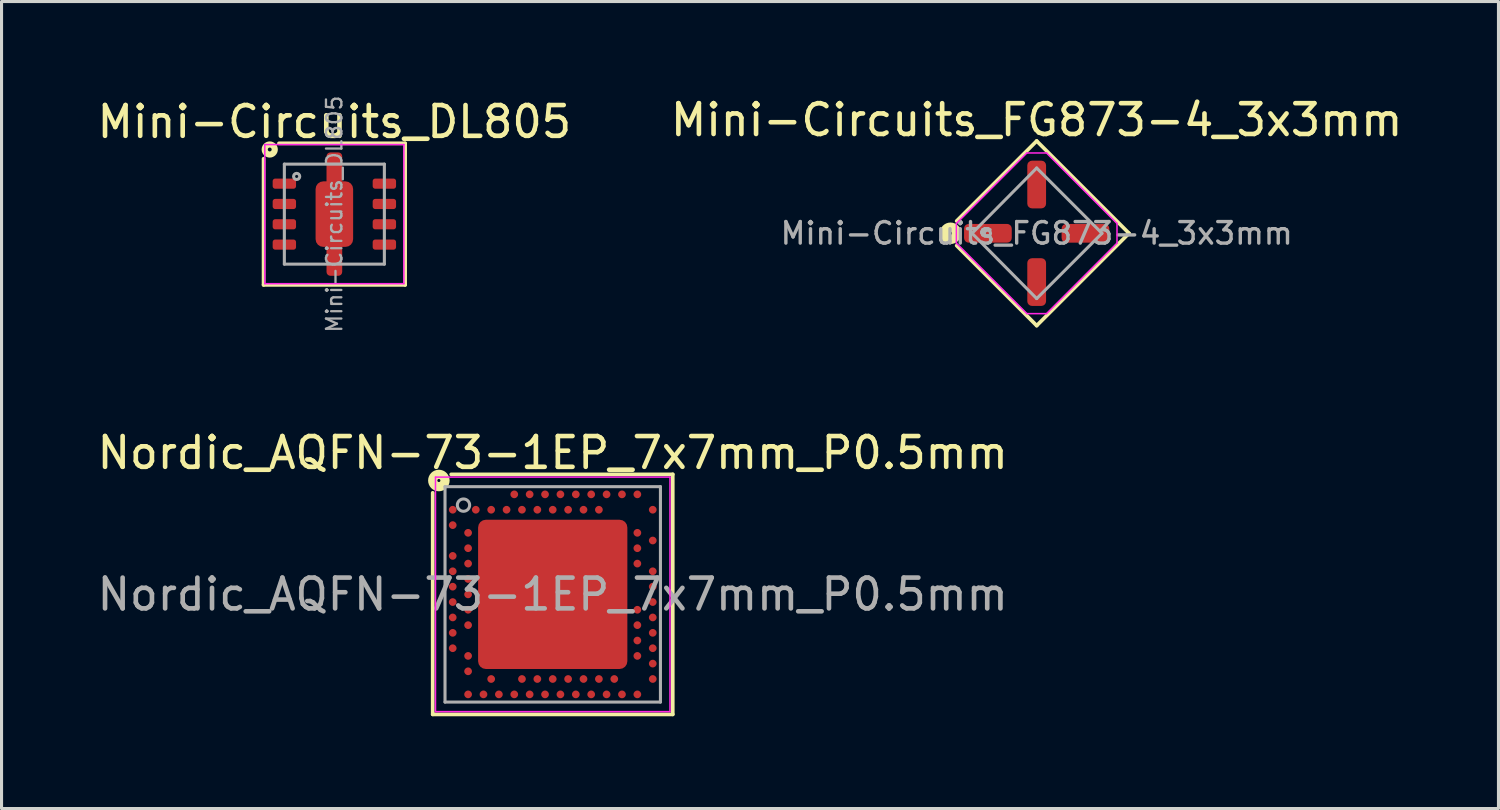
<source format=kicad_pcb>
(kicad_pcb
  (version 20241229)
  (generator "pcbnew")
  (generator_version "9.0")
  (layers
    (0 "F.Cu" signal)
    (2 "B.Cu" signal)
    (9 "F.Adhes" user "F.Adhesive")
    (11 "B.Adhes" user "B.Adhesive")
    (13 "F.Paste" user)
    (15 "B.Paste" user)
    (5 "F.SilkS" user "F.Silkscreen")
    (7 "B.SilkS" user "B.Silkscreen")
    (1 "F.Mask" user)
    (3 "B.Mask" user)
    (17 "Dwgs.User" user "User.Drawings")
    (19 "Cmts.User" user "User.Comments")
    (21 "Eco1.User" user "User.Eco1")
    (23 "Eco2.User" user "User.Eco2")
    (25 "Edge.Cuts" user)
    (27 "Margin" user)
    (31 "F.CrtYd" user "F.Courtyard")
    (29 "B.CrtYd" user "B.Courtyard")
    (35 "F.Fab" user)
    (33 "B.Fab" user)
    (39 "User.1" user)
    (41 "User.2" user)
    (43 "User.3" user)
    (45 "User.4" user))
  (footprint "Nordic_AQFN-73-1EP_7x7mm_P0.5mm"
    (layer "F.Cu")
    (at 14.911 16.264)
    (property "Reference" "Nordic_AQFN-73-1EP_7x7mm_P0.5mm" (at 0 -4.6 0) (layer "F.SilkS") (effects (font (size 1 1) (thickness 0.15))))
    (attr smd)
    (fp_line (start -3.9 3.9) (end -3.9 -3.3) (stroke (width 0.12) (type solid)) (layer "F.SilkS"))
    (fp_line (start -3.3 -3.9) (end 3.9 -3.9) (stroke (width 0.12) (type solid)) (layer "F.SilkS"))
    (fp_line (start 3.9 -3.9) (end 3.9 3.9) (stroke (width 0.12) (type solid)) (layer "F.SilkS"))
    (fp_line (start 3.9 3.9) (end -3.9 3.9) (stroke (width 0.12) (type solid)) (layer "F.SilkS"))
    (fp_circle (center -3.7 -3.7) (end -3.65 -3.7) (stroke (width 0.3) (type solid)) (fill no) (layer "F.SilkS"))
    (fp_line (start -3.81 -3.81) (end 3.81 -3.81) (stroke (width 0.05) (type solid)) (layer "F.CrtYd"))
    (fp_line (start -3.81 3.81) (end -3.81 -3.81) (stroke (width 0.05) (type solid)) (layer "F.CrtYd"))
    (fp_line (start 3.81 -3.81) (end 3.81 3.81) (stroke (width 0.05) (type solid)) (layer "F.CrtYd"))
    (fp_line (start 3.81 3.81) (end -3.81 3.81) (stroke (width 0.05) (type solid)) (layer "F.CrtYd"))
    (fp_line (start -3.5 -3.5) (end -3.5 3.5) (stroke (width 0.1) (type solid)) (layer "F.Fab"))
    (fp_line (start -3.5 -3.5) (end 3.5 -3.5) (stroke (width 0.1) (type solid)) (layer "F.Fab"))
    (fp_line (start -3.5 3.5) (end 3.5 3.5) (stroke (width 0.1) (type solid)) (layer "F.Fab"))
    (fp_line (start 3.5 -3.5) (end 3.5 3.5) (stroke (width 0.1) (type solid)) (layer "F.Fab"))
    (fp_circle (center -2.9 -2.9) (end -2.7 -2.9) (stroke (width 0.1) (type solid)) (fill no) (layer "F.Fab"))
    (fp_text user "${REFERENCE}" (at 0 0 0) (layer "F.Fab") (effects (font (size 1 1) (thickness 0.15))))
    (pad "" smd roundrect (at -1.212 -1.212 180) (size 2 2) (layers "F.Paste") (roundrect_rratio 0.125))
    (pad "" smd roundrect (at -1.212 1.212 180) (size 2 2) (layers "F.Paste") (roundrect_rratio 0.125))
    (pad "" smd roundrect (at 1.212 -1.212 180) (size 2 2) (layers "F.Paste") (roundrect_rratio 0.125))
    (pad "" smd roundrect (at 1.212 1.212 180) (size 2 2) (layers "F.Paste") (roundrect_rratio 0.125))
    (pad "A8" smd circle (at -1.25 -3.25 180) (size 0.25 0.25) (layers "F.Cu" "F.Mask" "F.Paste"))
    (pad "A10" smd circle (at -0.75 -3.25 180) (size 0.25 0.25) (layers "F.Cu" "F.Mask" "F.Paste"))
    (pad "A12" smd circle (at -0.25 -3.25 180) (size 0.25 0.25) (layers "F.Cu" "F.Mask" "F.Paste"))
    (pad "A14" smd circle (at 0.25 -3.25 180) (size 0.25 0.25) (layers "F.Cu" "F.Mask" "F.Paste"))
    (pad "A16" smd circle (at 0.75 -3.25 180) (size 0.25 0.25) (layers "F.Cu" "F.Mask" "F.Paste"))
    (pad "A18" smd circle (at 1.25 -3.25 180) (size 0.25 0.25) (layers "F.Cu" "F.Mask" "F.Paste"))
    (pad "A20" smd circle (at 1.75 -3.25 180) (size 0.25 0.25) (layers "F.Cu" "F.Mask" "F.Paste"))
    (pad "A22" smd circle (at 2.25 -3.25 180) (size 0.25 0.25) (layers "F.Cu" "F.Mask" "F.Paste"))
    (pad "A23" smd circle (at 2.75 -3.25 180) (size 0.25 0.25) (layers "F.Cu" "F.Mask" "F.Paste"))
    (pad "AA24" smd circle (at 3.25 2.25 180) (size 0.25 0.25) (layers "F.Cu" "F.Mask" "F.Paste"))
    (pad "AB2" smd circle (at -2.75 2.5 180) (size 0.25 0.25) (layers "F.Cu" "F.Mask" "F.Paste"))
    (pad "AC5" smd circle (at -2 2.75 180) (size 0.25 0.25) (layers "F.Cu" "F.Mask" "F.Paste"))
    (pad "AC9" smd circle (at -1 2.75 180) (size 0.25 0.25) (layers "F.Cu" "F.Mask" "F.Paste"))
    (pad "AC11" smd circle (at -0.5 2.75 180) (size 0.25 0.25) (layers "F.Cu" "F.Mask" "F.Paste"))
    (pad "AC13" smd circle (at 0 2.75 180) (size 0.25 0.25) (layers "F.Cu" "F.Mask" "F.Paste"))
    (pad "AC15" smd circle (at 0.5 2.75 180) (size 0.25 0.25) (layers "F.Cu" "F.Mask" "F.Paste"))
    (pad "AC17" smd circle (at 1 2.75 180) (size 0.25 0.25) (layers "F.Cu" "F.Mask" "F.Paste"))
    (pad "AC19" smd circle (at 1.5 2.75 180) (size 0.25 0.25) (layers "F.Cu" "F.Mask" "F.Paste"))
    (pad "AC21" smd circle (at 2 2.75 180) (size 0.25 0.25) (layers "F.Cu" "F.Mask" "F.Paste"))
    (pad "AC24" smd circle (at 3.25 2.75 180) (size 0.25 0.25) (layers "F.Cu" "F.Mask" "F.Paste"))
    (pad "AD2" smd circle (at -2.75 3.25 180) (size 0.25 0.25) (layers "F.Cu" "F.Mask" "F.Paste"))
    (pad "AD4" smd circle (at -2.25 3.25 180) (size 0.25 0.25) (layers "F.Cu" "F.Mask" "F.Paste"))
    (pad "AD6" smd circle (at -1.75 3.25 180) (size 0.25 0.25) (layers "F.Cu" "F.Mask" "F.Paste"))
    (pad "AD8" smd circle (at -1.25 3.25 180) (size 0.25 0.25) (layers "F.Cu" "F.Mask" "F.Paste"))
    (pad "AD10" smd circle (at -0.75 3.25 180) (size 0.25 0.25) (layers "F.Cu" "F.Mask" "F.Paste"))
    (pad "AD12" smd circle (at -0.25 3.25 180) (size 0.25 0.25) (layers "F.Cu" "F.Mask" "F.Paste"))
    (pad "AD14" smd circle (at 0.25 3.25 180) (size 0.25 0.25) (layers "F.Cu" "F.Mask" "F.Paste"))
    (pad "AD16" smd circle (at 0.75 3.25 180) (size 0.25 0.25) (layers "F.Cu" "F.Mask" "F.Paste"))
    (pad "AD18" smd circle (at 1.25 3.25 180) (size 0.25 0.25) (layers "F.Cu" "F.Mask" "F.Paste"))
    (pad "AD20" smd circle (at 1.75 3.25 180) (size 0.25 0.25) (layers "F.Cu" "F.Mask" "F.Paste"))
    (pad "AD22" smd circle (at 2.25 3.25 180) (size 0.25 0.25) (layers "F.Cu" "F.Mask" "F.Paste"))
    (pad "AD23" smd circle (at 2.75 3.25 180) (size 0.25 0.25) (layers "F.Cu" "F.Mask" "F.Paste"))
    (pad "B1" smd circle (at -3.25 -2.75 180) (size 0.25 0.25) (layers "F.Cu" "F.Mask" "F.Paste"))
    (pad "B3" smd circle (at -2.5 -2.75 180) (size 0.25 0.25) (layers "F.Cu" "F.Mask" "F.Paste"))
    (pad "B5" smd circle (at -2 -2.75 180) (size 0.25 0.25) (layers "F.Cu" "F.Mask" "F.Paste"))
    (pad "B7" smd circle (at -1.5 -2.75 180) (size 0.25 0.25) (layers "F.Cu" "F.Mask" "F.Paste"))
    (pad "B9" smd circle (at -1 -2.75 180) (size 0.25 0.25) (layers "F.Cu" "F.Mask" "F.Paste"))
    (pad "B11" smd circle (at -0.5 -2.75 180) (size 0.25 0.25) (layers "F.Cu" "F.Mask" "F.Paste"))
    (pad "B13" smd circle (at 0 -2.75 180) (size 0.25 0.25) (layers "F.Cu" "F.Mask" "F.Paste"))
    (pad "B15" smd circle (at 0.5 -2.75 180) (size 0.25 0.25) (layers "F.Cu" "F.Mask" "F.Paste"))
    (pad "B17" smd circle (at 1 -2.75 180) (size 0.25 0.25) (layers "F.Cu" "F.Mask" "F.Paste"))
    (pad "B19" smd circle (at 1.5 -2.75 180) (size 0.25 0.25) (layers "F.Cu" "F.Mask" "F.Paste"))
    (pad "B24" smd circle (at 3.25 -2.75 180) (size 0.25 0.25) (layers "F.Cu" "F.Mask" "F.Paste"))
    (pad "C1" smd circle (at -3.25 -2.25 180) (size 0.25 0.25) (layers "F.Cu" "F.Mask" "F.Paste"))
    (pad "D2" smd circle (at -2.75 -2 180) (size 0.25 0.25) (layers "F.Cu" "F.Mask" "F.Paste"))
    (pad "D23" smd circle (at 2.75 -2 180) (size 0.25 0.25) (layers "F.Cu" "F.Mask" "F.Paste"))
    (pad "E24" smd circle (at 3.25 -1.75 180) (size 0.25 0.25) (layers "F.Cu" "F.Mask" "F.Paste"))
    (pad "EP" smd roundrect (at 0 0 180) (size 4.85 4.85) (layers "F.Cu" "F.Mask") (roundrect_rratio 0.052))
    (pad "F2" smd circle (at -2.75 -1.5 180) (size 0.25 0.25) (layers "F.Cu" "F.Mask" "F.Paste"))
    (pad "F23" smd circle (at 2.75 -1.5 180) (size 0.25 0.25) (layers "F.Cu" "F.Mask" "F.Paste"))
    (pad "G1" smd circle (at -3.25 -1.25 180) (size 0.25 0.25) (layers "F.Cu" "F.Mask" "F.Paste"))
    (pad "H2" smd circle (at -2.75 -1 180) (size 0.25 0.25) (layers "F.Cu" "F.Mask" "F.Paste"))
    (pad "H23" smd circle (at 2.75 -1 180) (size 0.25 0.25) (layers "F.Cu" "F.Mask" "F.Paste"))
    (pad "J1" smd circle (at -3.25 -0.75 180) (size 0.25 0.25) (layers "F.Cu" "F.Mask" "F.Paste"))
    (pad "J24" smd circle (at 3.25 -0.75 180) (size 0.25 0.25) (layers "F.Cu" "F.Mask" "F.Paste"))
    (pad "K2" smd circle (at -2.75 -0.5 180) (size 0.25 0.25) (layers "F.Cu" "F.Mask" "F.Paste"))
    (pad "L1" smd circle (at -3.25 -0.25 180) (size 0.25 0.25) (layers "F.Cu" "F.Mask" "F.Paste"))
    (pad "L24" smd circle (at 3.25 -0.25 180) (size 0.25 0.25) (layers "F.Cu" "F.Mask" "F.Paste"))
    (pad "M2" smd circle (at -2.75 0 180) (size 0.25 0.25) (layers "F.Cu" "F.Mask" "F.Paste"))
    (pad "N1" smd circle (at -3.25 0.25 180) (size 0.25 0.25) (layers "F.Cu" "F.Mask" "F.Paste"))
    (pad "N24" smd circle (at 3.25 0.25 180) (size 0.25 0.25) (layers "F.Cu" "F.Mask" "F.Paste"))
    (pad "P2" smd circle (at -2.75 0.5 180) (size 0.25 0.25) (layers "F.Cu" "F.Mask" "F.Paste"))
    (pad "P23" smd circle (at 2.75 0.5 180) (size 0.25 0.25) (layers "F.Cu" "F.Mask" "F.Paste"))
    (pad "R1" smd circle (at -3.25 0.75 180) (size 0.25 0.25) (layers "F.Cu" "F.Mask" "F.Paste"))
    (pad "R24" smd circle (at 3.25 0.75 180) (size 0.25 0.25) (layers "F.Cu" "F.Mask" "F.Paste"))
    (pad "T2" smd circle (at -2.75 1 180) (size 0.25 0.25) (layers "F.Cu" "F.Mask" "F.Paste"))
    (pad "T23" smd circle (at 2.75 1 180) (size 0.25 0.25) (layers "F.Cu" "F.Mask" "F.Paste"))
    (pad "U1" smd circle (at -3.25 1.25 180) (size 0.25 0.25) (layers "F.Cu" "F.Mask" "F.Paste"))
    (pad "U24" smd circle (at 3.25 1.25 180) (size 0.25 0.25) (layers "F.Cu" "F.Mask" "F.Paste"))
    (pad "V23" smd circle (at 2.75 1.5 180) (size 0.25 0.25) (layers "F.Cu" "F.Mask" "F.Paste"))
    (pad "W1" smd circle (at -3.25 1.75 180) (size 0.25 0.25) (layers "F.Cu" "F.Mask" "F.Paste"))
    (pad "W24" smd circle (at 3.25 1.75 180) (size 0.25 0.25) (layers "F.Cu" "F.Mask" "F.Paste"))
    (pad "Y2" smd circle (at -2.75 2 180) (size 0.25 0.25) (layers "F.Cu" "F.Mask" "F.Paste"))
    (pad "Y23" smd circle (at 2.75 2 180) (size 0.25 0.25) (layers "F.Cu" "F.Mask" "F.Paste")))
  (footprint "Mini-Circuits_DL805"
    (layer "F.Cu")
    (at 7.815 3.908)
    (property "Reference" "Mini-Circuits_DL805" (at 0 -3 0) (layer "F.SilkS") (effects (font (size 1 1) (thickness 0.15))))
    (attr smd)
    (fp_line (start -2.3 2.3) (end -2.3 -1.8) (stroke (width 0.12) (type solid)) (layer "F.SilkS"))
    (fp_line (start -1.8 -2.3) (end 2.3 -2.3) (stroke (width 0.12) (type solid)) (layer "F.SilkS"))
    (fp_line (start 2.3 -2.3) (end 2.3 2.3) (stroke (width 0.12) (type solid)) (layer "F.SilkS"))
    (fp_line (start 2.3 2.3) (end -2.3 2.3) (stroke (width 0.12) (type solid)) (layer "F.SilkS"))
    (fp_circle (center -2.1 -2.1) (end -2.037 -2.1) (stroke (width 0.2) (type solid)) (fill no) (layer "F.SilkS"))
    (fp_line (start -2.26 -2.26) (end -2.26 2.26) (stroke (width 0.05) (type solid)) (layer "F.CrtYd"))
    (fp_line (start -2.26 2.26) (end 2.26 2.26) (stroke (width 0.05) (type solid)) (layer "F.CrtYd"))
    (fp_line (start 2.26 -2.26) (end -2.26 -2.26) (stroke (width 0.05) (type solid)) (layer "F.CrtYd"))
    (fp_line (start 2.26 2.26) (end 2.26 -2.26) (stroke (width 0.05) (type solid)) (layer "F.CrtYd"))
    (fp_line (start -1.625 -1.625) (end 1.625 -1.625) (stroke (width 0.1) (type solid)) (layer "F.Fab"))
    (fp_line (start -1.625 1.625) (end -1.625 -1.625) (stroke (width 0.1) (type solid)) (layer "F.Fab"))
    (fp_line (start 1.625 -1.625) (end 1.625 1.625) (stroke (width 0.1) (type solid)) (layer "F.Fab"))
    (fp_line (start 1.625 1.625) (end -1.625 1.625) (stroke (width 0.1) (type solid)) (layer "F.Fab"))
    (fp_circle (center -1.225 -1.225) (end -1.125 -1.225) (stroke (width 0.1) (type solid)) (fill no) (layer "F.Fab"))
    (fp_text user "${REFERENCE}" (at 0 0 270) (layer "F.Fab") (effects (font (size 0.5 0.5) (thickness 0.075))))
    (pad "" smd roundrect (at 0 -1.6 270) (size 0.7 0.3) (layers "F.Paste") (roundrect_rratio 0.25))
    (pad "" smd roundrect (at 0 -0.55 270) (size 0.8 0.9) (layers "F.Paste") (roundrect_rratio 0.25))
    (pad "" smd roundrect (at 0 0.55 270) (size 0.8 0.9) (layers "F.Paste") (roundrect_rratio 0.25))
    (pad "" smd roundrect (at 0 1.6 270) (size 0.7 0.3) (layers "F.Paste") (roundrect_rratio 0.25))
    (pad "1" smd roundrect (at -1.625 -0.99 270) (size 0.33 0.76) (layers "F.Cu" "F.Mask" "F.Paste") (roundrect_rratio 0.25))
    (pad "2" smd roundrect (at -1.625 -0.33 270) (size 0.33 0.76) (layers "F.Cu" "F.Mask" "F.Paste") (roundrect_rratio 0.25))
    (pad "3" smd roundrect (at -1.625 0.33 270) (size 0.33 0.76) (layers "F.Cu" "F.Mask" "F.Paste") (roundrect_rratio 0.25))
    (pad "4" smd roundrect (at -1.625 0.99 270) (size 0.33 0.76) (layers "F.Cu" "F.Mask" "F.Paste") (roundrect_rratio 0.25))
    (pad "5" smd roundrect (at 1.625 0.99 270) (size 0.33 0.76) (layers "F.Cu" "F.Mask" "F.Paste") (roundrect_rratio 0.25))
    (pad "6" smd roundrect (at 1.625 0.33 270) (size 0.33 0.76) (layers "F.Cu" "F.Mask" "F.Paste") (roundrect_rratio 0.25))
    (pad "7" smd roundrect (at 1.625 -0.33 270) (size 0.33 0.76) (layers "F.Cu" "F.Mask" "F.Paste") (roundrect_rratio 0.25))
    (pad "8" smd roundrect (at 1.625 -0.99 270) (size 0.33 0.76) (layers "F.Cu" "F.Mask" "F.Paste") (roundrect_rratio 0.25))
    (pad "9" smd roundrect (at 0 -1.403 270) (size 1.205 0.51) (layers "F.Cu" "F.Mask") (roundrect_rratio 0.25))
    (pad "9" smd roundrect (at 0 0 270) (size 2.13 1.22) (layers "F.Cu" "F.Mask") (roundrect_rratio 0.205))
    (pad "9" smd roundrect (at 0 1.452 270) (size 1.105 0.51) (layers "F.Cu" "F.Mask") (roundrect_rratio 0.25)))
  (footprint "Mini-Circuits_FG873-4_3x3mm"
    (layer "F.Cu")
    (at 30.637 4.531)
    (property "Reference" "Mini-Circuits_FG873-4_3x3mm" (at 0 -3.683 0) (layer "F.SilkS") (effects (font (size 1 1) (thickness 0.15))))
    (attr smd)
    (fp_line (start -2.6 0.4) (end 0 3) (stroke (width 0.12) (type solid)) (layer "F.SilkS"))
    (fp_line (start 0 -3) (end -2.6 -0.4) (stroke (width 0.12) (type solid)) (layer "F.SilkS"))
    (fp_line (start 0 3) (end 3 0) (stroke (width 0.12) (type solid)) (layer "F.SilkS"))
    (fp_line (start 3 0) (end 0 -3) (stroke (width 0.12) (type solid)) (layer "F.SilkS"))
    (fp_circle (center -2.8 0) (end -2.75 0) (stroke (width 0.3) (type solid)) (fill no) (layer "F.SilkS"))
    (fp_line (start -2.61 -0.32) (end -2.61 0.32) (stroke (width 0.05) (type solid)) (layer "F.CrtYd"))
    (fp_line (start -2.61 -0.32) (end -0.32 -2.61) (stroke (width 0.05) (type solid)) (layer "F.CrtYd"))
    (fp_line (start -2.61 0.32) (end -0.32 2.61) (stroke (width 0.05) (type solid)) (layer "F.CrtYd"))
    (fp_line (start 0.32 -2.61) (end -0.32 -2.61) (stroke (width 0.05) (type solid)) (layer "F.CrtYd"))
    (fp_line (start 0.32 2.61) (end -0.32 2.61) (stroke (width 0.05) (type solid)) (layer "F.CrtYd"))
    (fp_line (start 2.61 -0.32) (end 0.32 -2.61) (stroke (width 0.05) (type solid)) (layer "F.CrtYd"))
    (fp_line (start 2.61 -0.32) (end 2.61 0.32) (stroke (width 0.05) (type solid)) (layer "F.CrtYd"))
    (fp_line (start 2.61 0.32) (end 0.32 2.61) (stroke (width 0.05) (type solid)) (layer "F.CrtYd"))
    (fp_line (start -2.1 0) (end 0 -2.121) (stroke (width 0.1) (type solid)) (layer "F.Fab"))
    (fp_line (start -2.1 0) (end 0 2.121) (stroke (width 0.1) (type solid)) (layer "F.Fab"))
    (fp_line (start 2.121 0) (end 0 -2.121) (stroke (width 0.1) (type solid)) (layer "F.Fab"))
    (fp_line (start 2.121 0) (end 0 2.121) (stroke (width 0.1) (type solid)) (layer "F.Fab"))
    (fp_circle (center -1.6 0) (end -1.5 0) (stroke (width 0.1) (type solid)) (fill no) (layer "F.Fab"))
    (fp_text user "${REFERENCE}" (at 0 0 0) (layer "F.Fab") (effects (font (size 0.7 0.7) (thickness 0.11))))
    (pad "1" smd roundrect (at -1.585 0) (size 1.55 0.61) (layers "F.Cu" "F.Mask" "F.Paste") (roundrect_rratio 0.25))
    (pad "2" smd roundrect (at 0 1.585) (size 0.61 1.55) (layers "F.Cu" "F.Mask" "F.Paste") (roundrect_rratio 0.25))
    (pad "3" smd roundrect (at 1.585 0) (size 1.55 0.61) (layers "F.Cu" "F.Mask" "F.Paste") (roundrect_rratio 0.25))
    (pad "4" smd roundrect (at 0 -1.585) (size 0.61 1.55) (layers "F.Cu" "F.Mask" "F.Paste") (roundrect_rratio 0.25)))
  (gr_rect
    (start -3 -3)
    (end 45.643 23.224)
    (stroke (width 0.1) (type default))
    (fill no)
    (layer "Edge.Cuts")))
</source>
